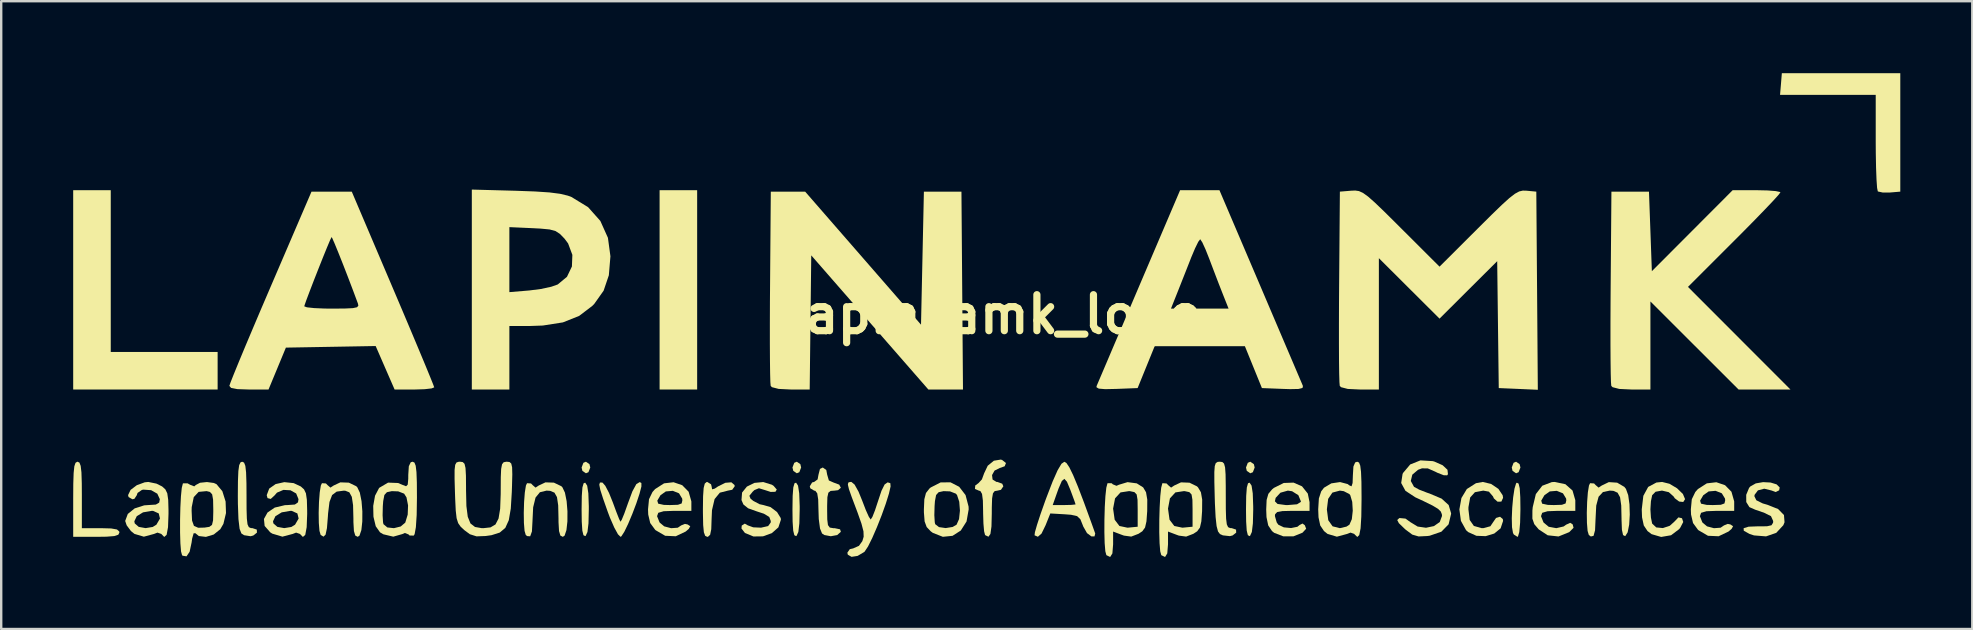
<source format=kicad_pcb>
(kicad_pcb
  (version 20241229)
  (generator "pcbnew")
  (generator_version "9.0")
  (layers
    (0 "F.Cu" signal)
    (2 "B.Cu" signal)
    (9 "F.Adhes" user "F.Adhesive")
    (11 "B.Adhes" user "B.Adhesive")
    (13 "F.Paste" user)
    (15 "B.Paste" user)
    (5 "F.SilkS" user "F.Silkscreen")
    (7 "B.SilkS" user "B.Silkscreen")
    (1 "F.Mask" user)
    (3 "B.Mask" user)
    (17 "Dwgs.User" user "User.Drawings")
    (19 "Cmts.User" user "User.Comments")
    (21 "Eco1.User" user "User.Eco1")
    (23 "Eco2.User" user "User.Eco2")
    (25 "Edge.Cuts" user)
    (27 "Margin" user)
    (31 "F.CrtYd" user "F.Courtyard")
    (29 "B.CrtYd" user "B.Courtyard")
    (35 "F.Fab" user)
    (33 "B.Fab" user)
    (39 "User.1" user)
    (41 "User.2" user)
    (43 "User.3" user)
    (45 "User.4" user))
  (footprint "Lapin_amk_logo"
    (layer "F.Cu")
    (at 38.16 10.052)
    (property "Reference" "Lapin_amk_logo" (at 0 0 0) (layer "F.SilkS") (effects (font (size 1.5 1.5) (thickness 0.3))))
    (attr board_only exclude_from_pos_files exclude_from_bom)
    (fp_poly (pts (xy -16.646 6.24) (xy -16.612 6.38) (xy -16.688 6.576) (xy -16.793 6.621) (xy -16.94 6.52) (xy -16.973 6.38) (xy -16.898 6.184) (xy -16.793 6.139)) (stroke (width 0) (type solid)) (fill yes) (layer "F.SilkS"))
    (fp_poly (pts (xy -12.158 -1.023) (xy -12.158 3.13) (xy -12.941 3.13) (xy -13.723 3.13) (xy -13.723 -1.023) (xy -13.723 -5.176) (xy -12.941 -5.176) (xy -12.158 -5.176)) (stroke (width 0) (type solid)) (fill yes) (layer "F.SilkS"))
    (fp_poly (pts (xy -7.858 6.24) (xy -7.825 6.38) (xy -7.9 6.576) (xy -8.005 6.621) (xy -8.152 6.52) (xy -8.186 6.38) (xy -8.111 6.184) (xy -8.005 6.139)) (stroke (width 0) (type solid)) (fill yes) (layer "F.SilkS"))
    (fp_poly (pts (xy 11.041 6.24) (xy 11.075 6.38) (xy 11 6.576) (xy 10.894 6.621) (xy 10.747 6.52) (xy 10.714 6.38) (xy 10.789 6.184) (xy 10.894 6.139)) (stroke (width 0) (type solid)) (fill yes) (layer "F.SilkS"))
    (fp_poly (pts (xy 22.116 6.24) (xy 22.15 6.38) (xy 22.074 6.576) (xy 21.969 6.621) (xy 21.822 6.52) (xy 21.789 6.38) (xy 21.864 6.184) (xy 21.969 6.139)) (stroke (width 0) (type solid)) (fill yes) (layer "F.SilkS"))
    (fp_poly (pts (xy -36.595 -1.806) (xy -36.595 1.565) (xy -34.368 1.565) (xy -32.141 1.565) (xy -32.141 2.347) (xy -32.141 3.13) (xy -35.151 3.13) (xy -38.16 3.13) (xy -38.16 -1.023) (xy -38.16 -5.176) (xy -37.378 -5.176) (xy -36.595 -5.176)) (stroke (width 0) (type solid)) (fill yes) (layer "F.SilkS"))
    (fp_poly (pts (xy -16.741 7.136) (xy -16.692 7.455) (xy -16.673 7.99) (xy -16.673 8.126) (xy -16.686 8.706) (xy -16.729 9.067) (xy -16.804 9.229) (xy -16.823 9.239) (xy -16.896 9.201) (xy -16.943 9.009) (xy -16.967 8.634) (xy -16.973 8.126) (xy -16.965 7.563) (xy -16.939 7.21) (xy -16.889 7.038) (xy -16.823 7.012)) (stroke (width 0) (type solid)) (fill yes) (layer "F.SilkS"))
    (fp_poly (pts (xy -7.954 7.136) (xy -7.905 7.455) (xy -7.885 7.99) (xy -7.885 8.126) (xy -7.899 8.706) (xy -7.941 9.067) (xy -8.016 9.229) (xy -8.035 9.239) (xy -8.108 9.201) (xy -8.155 9.009) (xy -8.18 8.634) (xy -8.186 8.126) (xy -8.178 7.563) (xy -8.151 7.21) (xy -8.101 7.038) (xy -8.035 7.012)) (stroke (width 0) (type solid)) (fill yes) (layer "F.SilkS"))
    (fp_poly (pts (xy 10.946 7.136) (xy 10.995 7.455) (xy 11.014 7.99) (xy 11.015 8.126) (xy 11.001 8.706) (xy 10.958 9.067) (xy 10.883 9.229) (xy 10.864 9.239) (xy 10.791 9.201) (xy 10.744 9.009) (xy 10.72 8.634) (xy 10.714 8.126) (xy 10.722 7.563) (xy 10.749 7.21) (xy 10.798 7.038) (xy 10.864 7.012)) (stroke (width 0) (type solid)) (fill yes) (layer "F.SilkS"))
    (fp_poly (pts (xy 22.073 7.05) (xy 22.12 7.243) (xy 22.144 7.62) (xy 22.15 8.116) (xy 22.137 8.681) (xy 22.102 9.071) (xy 22.047 9.257) (xy 22.026 9.269) (xy 21.876 9.174) (xy 21.84 9.108) (xy 21.799 8.867) (xy 21.79 8.494) (xy 21.808 8.057) (xy 21.847 7.624) (xy 21.902 7.264) (xy 21.968 7.046) (xy 21.999 7.012)) (stroke (width 0) (type solid)) (fill yes) (layer "F.SilkS"))
    (fp_poly (pts (xy 37.98 -7.584) (xy 37.98 -5.116) (xy 37.554 -5.08) (xy 37.247 -5.079) (xy 37.054 -5.121) (xy 37.042 -5.13) (xy 37.013 -5.274) (xy 36.989 -5.616) (xy 36.97 -6.115) (xy 36.959 -6.727) (xy 36.956 -7.183) (xy 36.956 -9.149) (xy 34.963 -9.149) (xy 32.969 -9.149) (xy 33.007 -9.6) (xy 33.044 -10.052) (xy 35.512 -10.052) (xy 37.98 -10.052)) (stroke (width 0) (type solid)) (fill yes) (layer "F.SilkS"))
    (fp_poly (pts (xy -37.9 6.176) (xy -37.848 6.312) (xy -37.816 6.585) (xy -37.802 7.031) (xy -37.799 7.524) (xy -37.799 8.908) (xy -37.017 8.908) (xy -36.578 8.92) (xy -36.334 8.963) (xy -36.24 9.048) (xy -36.234 9.089) (xy -36.279 9.181) (xy -36.444 9.237) (xy -36.771 9.263) (xy -37.197 9.269) (xy -38.16 9.269) (xy -38.16 7.704) (xy -38.156 7.053) (xy -38.141 6.606) (xy -38.112 6.329) (xy -38.063 6.185) (xy -37.991 6.14) (xy -37.98 6.139)) (stroke (width 0) (type solid)) (fill yes) (layer "F.SilkS"))
    (fp_poly (pts (xy -31.039 6.176) (xy -30.986 6.312) (xy -30.955 6.585) (xy -30.94 7.031) (xy -30.937 7.524) (xy -30.935 8.118) (xy -30.923 8.512) (xy -30.895 8.748) (xy -30.841 8.865) (xy -30.757 8.904) (xy -30.687 8.908) (xy -30.508 8.968) (xy -30.503 9.095) (xy -30.654 9.214) (xy -30.768 9.244) (xy -31.036 9.202) (xy -31.15 9.129) (xy -31.225 8.937) (xy -31.273 8.532) (xy -31.296 7.902) (xy -31.299 7.56) (xy -31.294 6.943) (xy -31.277 6.53) (xy -31.243 6.283) (xy -31.187 6.165) (xy -31.118 6.139)) (stroke (width 0) (type solid)) (fill yes) (layer "F.SilkS"))
    (fp_poly (pts (xy -5.243 -2.344) (xy -2.829 0.428) (xy -2.769 -2.344) (xy -2.709 -5.116) (xy -1.926 -5.116) (xy -1.144 -5.116) (xy -1.112 -0.993) (xy -1.08 3.13) (xy -1.802 3.13) (xy -2.523 3.13) (xy -4.963 0.335) (xy -7.403 -2.46) (xy -7.436 0.335) (xy -7.468 3.13) (xy -8.252 3.13) (xy -8.761 3.105) (xy -9.041 3.033) (xy -9.094 2.978) (xy -9.107 2.825) (xy -9.117 2.461) (xy -9.124 1.915) (xy -9.128 1.217) (xy -9.128 0.396) (xy -9.125 -0.518) (xy -9.12 -1.145) (xy -9.089 -5.116) (xy -8.373 -5.116) (xy -7.657 -5.116)) (stroke (width 0) (type solid)) (fill yes) (layer "F.SilkS"))
    (fp_poly (pts (xy -11.579 7.079) (xy -11.556 7.169) (xy -11.535 7.289) (xy -11.427 7.261) (xy -11.289 7.169) (xy -10.983 7.017) (xy -10.732 6.997) (xy -10.6 7.11) (xy -10.593 7.163) (xy -10.697 7.308) (xy -10.876 7.343) (xy -11.212 7.429) (xy -11.431 7.695) (xy -11.54 8.159) (xy -11.556 8.526) (xy -11.57 8.952) (xy -11.617 9.184) (xy -11.708 9.267) (xy -11.737 9.269) (xy -11.823 9.228) (xy -11.878 9.079) (xy -11.907 8.78) (xy -11.917 8.291) (xy -11.918 8.126) (xy -11.911 7.58) (xy -11.887 7.235) (xy -11.84 7.05) (xy -11.763 6.985) (xy -11.737 6.982)) (stroke (width 0) (type solid)) (fill yes) (layer "F.SilkS"))
    (fp_poly (pts (xy 9.728 6.152) (xy 9.799 6.217) (xy 9.842 6.376) (xy 9.863 6.669) (xy 9.87 7.138) (xy 9.871 7.524) (xy 9.873 8.118) (xy 9.885 8.512) (xy 9.914 8.748) (xy 9.967 8.865) (xy 10.052 8.904) (xy 10.122 8.908) (xy 10.3 8.968) (xy 10.305 9.095) (xy 10.156 9.211) (xy 10.042 9.24) (xy 9.752 9.208) (xy 9.63 9.154) (xy 9.548 9.046) (xy 9.488 8.819) (xy 9.447 8.439) (xy 9.418 7.869) (xy 9.41 7.588) (xy 9.395 6.979) (xy 9.394 6.569) (xy 9.412 6.321) (xy 9.456 6.193) (xy 9.532 6.146) (xy 9.62 6.139)) (stroke (width 0) (type solid)) (fill yes) (layer "F.SilkS"))
    (fp_poly (pts (xy -14.482 7.026) (xy -14.481 7.172) (xy -14.56 7.475) (xy -14.693 7.875) (xy -14.859 8.313) (xy -15.033 8.727) (xy -15.193 9.058) (xy -15.315 9.247) (xy -15.352 9.269) (xy -15.458 9.163) (xy -15.613 8.88) (xy -15.792 8.47) (xy -15.879 8.24) (xy -16.077 7.678) (xy -16.195 7.308) (xy -16.236 7.095) (xy -16.208 7.005) (xy -16.117 7.006) (xy -16.101 7.011) (xy -15.986 7.142) (xy -15.832 7.438) (xy -15.674 7.829) (xy -15.529 8.222) (xy -15.415 8.513) (xy -15.355 8.64) (xy -15.355 8.64) (xy -15.3 8.557) (xy -15.194 8.3) (xy -15.059 7.921) (xy -15.05 7.894) (xy -14.855 7.37) (xy -14.692 7.072) (xy -14.551 6.987)) (stroke (width 0) (type solid)) (fill yes) (layer "F.SilkS"))
    (fp_poly (pts (xy 20.928 7.065) (xy 21.232 7.271) (xy 21.41 7.537) (xy 21.427 7.644) (xy 21.355 7.801) (xy 21.197 7.805) (xy 21.044 7.669) (xy 21.006 7.584) (xy 20.836 7.386) (xy 20.601 7.343) (xy 20.254 7.409) (xy 20.056 7.629) (xy 19.984 8.033) (xy 19.983 8.126) (xy 20.035 8.565) (xy 20.209 8.815) (xy 20.527 8.906) (xy 20.601 8.908) (xy 20.897 8.829) (xy 21.006 8.667) (xy 21.134 8.482) (xy 21.301 8.432) (xy 21.416 8.529) (xy 21.427 8.607) (xy 21.324 8.915) (xy 21.059 9.132) (xy 20.701 9.241) (xy 20.315 9.226) (xy 19.971 9.07) (xy 19.884 8.991) (xy 19.67 8.605) (xy 19.606 8.127) (xy 19.691 7.652) (xy 19.917 7.277) (xy 20.298 7.034) (xy 20.579 6.982)) (stroke (width 0) (type solid)) (fill yes) (layer "F.SilkS"))
    (fp_poly (pts (xy 32.444 -5.166) (xy 32.79 -5.139) (xy 32.97 -5.1) (xy 32.984 -5.085) (xy 32.902 -4.977) (xy 32.674 -4.725) (xy 32.322 -4.355) (xy 31.872 -3.891) (xy 31.347 -3.359) (xy 31.058 -3.07) (xy 29.132 -1.146) (xy 31.267 0.992) (xy 33.403 3.13) (xy 32.322 3.13) (xy 31.241 3.13) (xy 29.404 1.296) (xy 27.567 -0.539) (xy 27.567 1.296) (xy 27.567 3.13) (xy 26.781 3.13) (xy 26.27 3.106) (xy 25.989 3.033) (xy 25.936 2.978) (xy 25.923 2.825) (xy 25.913 2.461) (xy 25.906 1.915) (xy 25.902 1.217) (xy 25.902 0.396) (xy 25.906 -0.518) (xy 25.91 -1.145) (xy 25.942 -5.116) (xy 26.724 -5.116) (xy 27.507 -5.116) (xy 27.567 -3.459) (xy 27.627 -1.801) (xy 29.311 -3.489) (xy 30.994 -5.176) (xy 31.989 -5.176)) (stroke (width 0) (type solid)) (fill yes) (layer "F.SilkS"))
    (fp_poly (pts (xy -18.127 7.011) (xy -17.819 7.159) (xy -17.775 7.202) (xy -17.668 7.427) (xy -17.597 7.783) (xy -17.563 8.205) (xy -17.565 8.628) (xy -17.605 8.988) (xy -17.682 9.219) (xy -17.756 9.269) (xy -17.858 9.216) (xy -17.914 9.028) (xy -17.935 8.66) (xy -17.936 8.497) (xy -17.949 7.957) (xy -17.999 7.615) (xy -18.104 7.428) (xy -18.283 7.353) (xy -18.434 7.343) (xy -18.711 7.411) (xy -18.893 7.634) (xy -18.992 8.038) (xy -19.02 8.615) (xy -19.043 9.044) (xy -19.116 9.247) (xy -19.244 9.238) (xy -19.301 9.189) (xy -19.35 9.022) (xy -19.377 8.691) (xy -19.383 8.267) (xy -19.37 7.819) (xy -19.339 7.417) (xy -19.293 7.131) (xy -19.247 7.034) (xy -19.08 7.045) (xy -19.011 7.116) (xy -18.892 7.218) (xy -18.76 7.131) (xy -18.479 6.999)) (stroke (width 0) (type solid)) (fill yes) (layer "F.SilkS"))
    (fp_poly (pts (xy -6.776 6.484) (xy -6.741 6.673) (xy -6.669 6.92) (xy -6.48 7.004) (xy -6.238 7.094) (xy -6.169 7.224) (xy -6.285 7.325) (xy -6.43 7.343) (xy -6.597 7.356) (xy -6.69 7.43) (xy -6.731 7.619) (xy -6.741 7.98) (xy -6.741 8.126) (xy -6.736 8.546) (xy -6.707 8.78) (xy -6.631 8.883) (xy -6.488 8.908) (xy -6.43 8.908) (xy -6.203 8.956) (xy -6.169 9.059) (xy -6.322 9.195) (xy -6.589 9.244) (xy -6.855 9.194) (xy -6.953 9.13) (xy -7.038 8.921) (xy -7.09 8.528) (xy -7.102 8.162) (xy -7.114 7.711) (xy -7.154 7.457) (xy -7.232 7.353) (xy -7.283 7.343) (xy -7.443 7.247) (xy -7.464 7.163) (xy -7.367 7.003) (xy -7.283 6.982) (xy -7.138 6.877) (xy -7.102 6.681) (xy -7.04 6.439) (xy -6.922 6.38)) (stroke (width 0) (type solid)) (fill yes) (layer "F.SilkS"))
    (fp_poly (pts (xy 0.551 6.066) (xy 0.711 6.194) (xy 0.658 6.328) (xy 0.451 6.402) (xy 0.236 6.508) (xy 0.131 6.696) (xy 0.153 6.881) (xy 0.314 6.98) (xy 0.353 6.982) (xy 0.555 7.055) (xy 0.602 7.163) (xy 0.502 7.31) (xy 0.361 7.343) (xy 0.241 7.363) (xy 0.169 7.456) (xy 0.133 7.669) (xy 0.121 8.052) (xy 0.12 8.306) (xy 0.107 8.836) (xy 0.063 9.149) (xy -0.018 9.264) (xy -0.144 9.205) (xy -0.161 9.189) (xy -0.2 9.037) (xy -0.228 8.712) (xy -0.241 8.279) (xy -0.241 8.226) (xy -0.251 7.756) (xy -0.286 7.482) (xy -0.356 7.361) (xy -0.421 7.343) (xy -0.581 7.273) (xy -0.569 7.13) (xy -0.435 7.031) (xy -0.292 6.876) (xy -0.198 6.62) (xy -0.049 6.306) (xy 0.207 6.097) (xy 0.494 6.05)) (stroke (width 0) (type solid)) (fill yes) (layer "F.SilkS"))
    (fp_poly (pts (xy 28.361 7.058) (xy 28.677 7.246) (xy 28.921 7.484) (xy 29.011 7.699) (xy 28.935 7.817) (xy 28.763 7.798) (xy 28.583 7.663) (xy 28.53 7.584) (xy 28.332 7.408) (xy 28.049 7.342) (xy 27.782 7.39) (xy 27.64 7.534) (xy 27.588 7.785) (xy 27.567 8.123) (xy 27.567 8.126) (xy 27.588 8.464) (xy 27.639 8.716) (xy 27.64 8.718) (xy 27.81 8.877) (xy 28.086 8.904) (xy 28.375 8.808) (xy 28.564 8.637) (xy 28.735 8.459) (xy 28.881 8.494) (xy 28.883 8.496) (xy 28.935 8.65) (xy 28.812 8.886) (xy 28.765 8.948) (xy 28.428 9.203) (xy 28.015 9.274) (xy 27.614 9.157) (xy 27.446 9.028) (xy 27.291 8.796) (xy 27.218 8.457) (xy 27.206 8.126) (xy 27.272 7.56) (xy 27.474 7.189) (xy 27.817 7.006) (xy 28.054 6.982)) (stroke (width 0) (type solid)) (fill yes) (layer "F.SilkS"))
    (fp_poly (pts (xy -26.674 7.011) (xy -26.366 7.159) (xy -26.322 7.202) (xy -26.215 7.427) (xy -26.144 7.783) (xy -26.11 8.205) (xy -26.112 8.628) (xy -26.151 8.988) (xy -26.229 9.219) (xy -26.303 9.269) (xy -26.405 9.216) (xy -26.461 9.028) (xy -26.482 8.66) (xy -26.483 8.497) (xy -26.497 7.95) (xy -26.549 7.603) (xy -26.652 7.415) (xy -26.82 7.348) (xy -26.888 7.345) (xy -27.181 7.385) (xy -27.37 7.528) (xy -27.48 7.817) (xy -27.538 8.294) (xy -27.546 8.419) (xy -27.585 8.906) (xy -27.642 9.178) (xy -27.728 9.262) (xy -27.848 9.189) (xy -27.897 9.022) (xy -27.924 8.691) (xy -27.93 8.267) (xy -27.917 7.819) (xy -27.886 7.417) (xy -27.84 7.131) (xy -27.794 7.034) (xy -27.627 7.045) (xy -27.558 7.116) (xy -27.439 7.218) (xy -27.307 7.131) (xy -27.026 6.999)) (stroke (width 0) (type solid)) (fill yes) (layer "F.SilkS"))
    (fp_poly (pts (xy 26.181 7.012) (xy 26.481 7.188) (xy 26.547 7.271) (xy 26.641 7.531) (xy 26.694 7.913) (xy 26.707 8.346) (xy 26.682 8.759) (xy 26.619 9.079) (xy 26.52 9.237) (xy 26.514 9.24) (xy 26.427 9.196) (xy 26.379 8.974) (xy 26.363 8.544) (xy 26.363 8.507) (xy 26.351 7.964) (xy 26.302 7.62) (xy 26.198 7.43) (xy 26.023 7.353) (xy 25.873 7.343) (xy 25.59 7.402) (xy 25.407 7.599) (xy 25.309 7.967) (xy 25.28 8.538) (xy 25.28 8.539) (xy 25.26 8.995) (xy 25.197 9.228) (xy 25.083 9.255) (xy 24.999 9.189) (xy 24.949 9.022) (xy 24.922 8.691) (xy 24.916 8.267) (xy 24.93 7.819) (xy 24.96 7.417) (xy 25.007 7.131) (xy 25.052 7.034) (xy 25.22 7.045) (xy 25.288 7.116) (xy 25.408 7.218) (xy 25.539 7.131) (xy 25.833 6.989)) (stroke (width 0) (type solid)) (fill yes) (layer "F.SilkS"))
    (fp_poly (pts (xy -1.238 7.184) (xy -0.973 7.529) (xy -0.847 8.008) (xy -0.843 8.126) (xy -0.932 8.63) (xy -1.171 9.006) (xy -1.515 9.227) (xy -1.919 9.268) (xy -2.337 9.104) (xy -2.424 9.039) (xy -2.593 8.861) (xy -2.679 8.627) (xy -2.699 8.37) (xy -2.274 8.37) (xy -2.256 8.662) (xy -2.238 8.742) (xy -2.08 8.864) (xy -1.802 8.904) (xy -1.512 8.858) (xy -1.348 8.764) (xy -1.244 8.529) (xy -1.207 8.175) (xy -1.236 7.807) (xy -1.328 7.528) (xy -1.377 7.47) (xy -1.62 7.375) (xy -1.889 7.365) (xy -2.093 7.409) (xy -2.2 7.525) (xy -2.249 7.781) (xy -2.264 7.99) (xy -2.274 8.37) (xy -2.699 8.37) (xy -2.708 8.257) (xy -2.709 8.126) (xy -2.691 7.705) (xy -2.623 7.443) (xy -2.479 7.258) (xy -2.424 7.212) (xy -2.009 7) (xy -1.598 6.999)) (stroke (width 0) (type solid)) (fill yes) (layer "F.SilkS"))
    (fp_poly (pts (xy 32.573 7.006) (xy 32.825 7.083) (xy 32.954 7.211) (xy 32.932 7.33) (xy 32.789 7.402) (xy 32.611 7.337) (xy 32.31 7.263) (xy 32.047 7.333) (xy 31.907 7.52) (xy 31.9 7.578) (xy 31.981 7.745) (xy 32.247 7.877) (xy 32.438 7.932) (xy 32.888 8.111) (xy 33.132 8.36) (xy 33.156 8.662) (xy 33.106 8.785) (xy 32.81 9.104) (xy 32.385 9.25) (xy 31.884 9.21) (xy 31.69 9.145) (xy 31.457 9.014) (xy 31.451 8.91) (xy 31.658 8.846) (xy 32.051 8.831) (xy 32.422 8.83) (xy 32.612 8.787) (xy 32.678 8.683) (xy 32.683 8.611) (xy 32.591 8.407) (xy 32.294 8.26) (xy 32.262 8.25) (xy 31.938 8.14) (xy 31.706 8.038) (xy 31.69 8.028) (xy 31.561 7.82) (xy 31.559 7.518) (xy 31.678 7.231) (xy 31.729 7.171) (xy 31.958 7.042) (xy 32.262 6.99)) (stroke (width 0) (type solid)) (fill yes) (layer "F.SilkS"))
    (fp_poly (pts (xy -5.598 7.091) (xy -5.433 7.386) (xy -5.279 7.764) (xy -5.129 8.154) (xy -5.003 8.434) (xy -4.927 8.547) (xy -4.926 8.547) (xy -4.856 8.441) (xy -4.747 8.166) (xy -4.633 7.819) (xy -4.477 7.351) (xy -4.346 7.088) (xy -4.22 6.999) (xy -4.108 7.033) (xy -4.097 7.169) (xy -4.167 7.473) (xy -4.298 7.891) (xy -4.47 8.372) (xy -4.664 8.863) (xy -4.86 9.314) (xy -5.037 9.671) (xy -5.178 9.884) (xy -5.196 9.901) (xy -5.472 10.064) (xy -5.724 10.103) (xy -5.879 10.014) (xy -5.899 9.931) (xy -5.798 9.784) (xy -5.655 9.751) (xy -5.415 9.644) (xy -5.274 9.448) (xy -5.219 9.264) (xy -5.227 9.041) (xy -5.31 8.721) (xy -5.477 8.248) (xy -5.517 8.142) (xy -5.713 7.622) (xy -5.831 7.287) (xy -5.877 7.095) (xy -5.86 7.008) (xy -5.787 6.983) (xy -5.729 6.982)) (stroke (width 0) (type solid)) (fill yes) (layer "F.SilkS"))
    (fp_poly (pts (xy -9.043 7.098) (xy -8.973 7.144) (xy -8.84 7.299) (xy -8.897 7.392) (xy -9.095 7.398) (xy -9.325 7.323) (xy -9.584 7.244) (xy -9.772 7.321) (xy -9.845 7.389) (xy -9.982 7.559) (xy -9.932 7.681) (xy -9.818 7.772) (xy -9.557 7.91) (xy -9.393 7.945) (xy -9.098 8.031) (xy -8.829 8.236) (xy -8.676 8.485) (xy -8.667 8.554) (xy -8.773 8.874) (xy -9.045 9.115) (xy -9.415 9.249) (xy -9.814 9.254) (xy -10.167 9.107) (xy -10.311 8.922) (xy -10.3 8.8) (xy -10.173 8.719) (xy -10.049 8.79) (xy -9.822 8.873) (xy -9.499 8.887) (xy -9.488 8.886) (xy -9.2 8.821) (xy -9.094 8.675) (xy -9.089 8.611) (xy -9.153 8.441) (xy -9.376 8.306) (xy -9.66 8.213) (xy -10.033 8.08) (xy -10.231 7.92) (xy -10.31 7.737) (xy -10.286 7.424) (xy -10.086 7.176) (xy -9.771 7.021) (xy -9.403 6.986)) (stroke (width 0) (type solid)) (fill yes) (layer "F.SilkS"))
    (fp_poly (pts (xy 15.422 -5.139) (xy 15.589 -5.063) (xy 15.799 -4.912) (xy 16.08 -4.664) (xy 16.463 -4.297) (xy 16.977 -3.788) (xy 17.174 -3.591) (xy 18.779 -1.99) (xy 20.385 -3.592) (xy 20.95 -4.153) (xy 21.376 -4.565) (xy 21.69 -4.85) (xy 21.921 -5.028) (xy 22.098 -5.124) (xy 22.25 -5.159) (xy 22.401 -5.155) (xy 22.812 -5.116) (xy 22.844 -0.988) (xy 22.875 3.141) (xy 22.061 3.105) (xy 21.247 3.07) (xy 21.214 0.426) (xy 21.182 -2.218) (xy 19.98 -1.021) (xy 18.779 0.176) (xy 17.515 -1.083) (xy 16.251 -2.343) (xy 16.251 0.393) (xy 16.251 3.13) (xy 15.465 3.13) (xy 14.955 3.106) (xy 14.674 3.033) (xy 14.621 2.978) (xy 14.608 2.825) (xy 14.597 2.461) (xy 14.59 1.915) (xy 14.587 1.217) (xy 14.587 0.396) (xy 14.59 -0.518) (xy 14.594 -1.145) (xy 14.626 -5.116) (xy 15.097 -5.155) (xy 15.268 -5.162)) (stroke (width 0) (type solid)) (fill yes) (layer "F.SilkS"))
    (fp_poly (pts (xy -19.712 -5.152) (xy -18.912 -5.123) (xy -18.312 -5.083) (xy -17.87 -5.026) (xy -17.547 -4.949) (xy -17.395 -4.892) (xy -16.703 -4.469) (xy -16.192 -3.895) (xy -15.876 -3.192) (xy -15.772 -2.422) (xy -15.838 -1.631) (xy -16.056 -0.988) (xy -16.444 -0.44) (xy -16.527 -0.355) (xy -17.076 0.063) (xy -17.753 0.333) (xy -18.59 0.464) (xy -19.102 0.482) (xy -19.983 0.482) (xy -19.983 1.806) (xy -19.983 3.13) (xy -20.765 3.13) (xy -21.548 3.13) (xy -21.548 -1.036) (xy -21.548 -2.282) (xy -19.983 -2.282) (xy -19.983 -0.928) (xy -19.149 -0.998) (xy -18.668 -1.06) (xy -18.236 -1.153) (xy -17.969 -1.247) (xy -17.583 -1.567) (xy -17.377 -1.997) (xy -17.358 -2.481) (xy -17.536 -2.957) (xy -17.685 -3.157) (xy -17.875 -3.353) (xy -18.059 -3.473) (xy -18.306 -3.54) (xy -18.684 -3.576) (xy -19.009 -3.593) (xy -19.983 -3.637) (xy -19.983 -2.282) (xy -21.548 -2.282) (xy -21.548 -5.202)) (stroke (width 0) (type solid)) (fill yes) (layer "F.SilkS"))
    (fp_poly (pts (xy 3.233 6.195) (xy 3.352 6.373) (xy 3.509 6.694) (xy 3.71 7.177) (xy 3.964 7.842) (xy 4.28 8.709) (xy 4.431 9.131) (xy 4.401 9.251) (xy 4.272 9.251) (xy 4.088 9.114) (xy 3.928 8.831) (xy 3.913 8.788) (xy 3.811 8.536) (xy 3.675 8.406) (xy 3.425 8.35) (xy 3.165 8.33) (xy 2.559 8.295) (xy 2.364 8.782) (xy 2.193 9.134) (xy 2.041 9.266) (xy 1.902 9.205) (xy 1.918 9.075) (xy 2.007 8.764) (xy 2.154 8.315) (xy 2.285 7.945) (xy 2.659 7.945) (xy 3.135 7.945) (xy 3.435 7.938) (xy 3.6 7.921) (xy 3.611 7.915) (xy 3.572 7.795) (xy 3.472 7.522) (xy 3.388 7.297) (xy 3.252 6.973) (xy 3.145 6.852) (xy 3.039 6.942) (xy 2.905 7.251) (xy 2.831 7.457) (xy 2.659 7.945) (xy 2.285 7.945) (xy 2.346 7.772) (xy 2.394 7.642) (xy 2.657 6.96) (xy 2.864 6.494) (xy 3.023 6.226) (xy 3.142 6.141)) (stroke (width 0) (type solid)) (fill yes) (layer "F.SilkS"))
    (fp_poly (pts (xy 24.024 7.077) (xy 24.321 7.34) (xy 24.437 7.742) (xy 24.437 7.771) (xy 24.437 8.186) (xy 23.715 8.186) (xy 23.282 8.202) (xy 23.057 8.268) (xy 23.008 8.409) (xy 23.105 8.652) (xy 23.117 8.675) (xy 23.329 8.85) (xy 23.645 8.908) (xy 23.951 8.837) (xy 24.052 8.764) (xy 24.225 8.685) (xy 24.327 8.75) (xy 24.364 8.893) (xy 24.188 9.069) (xy 24.18 9.075) (xy 23.737 9.254) (xy 23.288 9.205) (xy 22.912 8.959) (xy 22.727 8.74) (xy 22.648 8.512) (xy 22.649 8.177) (xy 22.662 8.034) (xy 22.727 7.762) (xy 23.017 7.762) (xy 23.055 7.887) (xy 23.289 7.938) (xy 23.542 7.945) (xy 23.878 7.934) (xy 24.032 7.878) (xy 24.062 7.749) (xy 24.054 7.674) (xy 23.922 7.456) (xy 23.664 7.352) (xy 23.373 7.377) (xy 23.149 7.536) (xy 23.017 7.762) (xy 22.727 7.762) (xy 22.792 7.489) (xy 23.06 7.14) (xy 23.46 6.988) (xy 23.581 6.982)) (stroke (width 0) (type solid)) (fill yes) (layer "F.SilkS"))
    (fp_poly (pts (xy -12.78 7.118) (xy -12.513 7.39) (xy -12.4 7.788) (xy -12.399 7.825) (xy -12.399 8.186) (xy -13.121 8.186) (xy -13.554 8.202) (xy -13.779 8.268) (xy -13.828 8.409) (xy -13.731 8.652) (xy -13.719 8.675) (xy -13.53 8.833) (xy -13.242 8.909) (xy -12.965 8.889) (xy -12.824 8.793) (xy -12.668 8.731) (xy -12.557 8.753) (xy -12.445 8.827) (xy -12.508 8.939) (xy -12.635 9.048) (xy -13.049 9.245) (xy -13.491 9.225) (xy -13.89 8.992) (xy -13.909 8.974) (xy -14.114 8.694) (xy -14.197 8.34) (xy -14.205 8.126) (xy -14.17 7.762) (xy -13.819 7.762) (xy -13.781 7.887) (xy -13.547 7.938) (xy -13.294 7.945) (xy -12.958 7.934) (xy -12.804 7.878) (xy -12.774 7.749) (xy -12.782 7.674) (xy -12.914 7.456) (xy -13.172 7.352) (xy -13.463 7.377) (xy -13.687 7.536) (xy -13.819 7.762) (xy -14.17 7.762) (xy -14.165 7.702) (xy -14.02 7.402) (xy -13.909 7.277) (xy -13.537 7.04) (xy -13.141 6.994)) (stroke (width 0) (type solid)) (fill yes) (layer "F.SilkS"))
    (fp_poly (pts (xy 13.048 7.164) (xy 13.288 7.465) (xy 13.362 7.825) (xy 13.362 8.186) (xy 12.64 8.186) (xy 12.233 8.196) (xy 12.013 8.237) (xy 11.927 8.326) (xy 11.918 8.402) (xy 11.994 8.669) (xy 12.062 8.764) (xy 12.289 8.874) (xy 12.592 8.903) (xy 12.856 8.85) (xy 12.947 8.777) (xy 13.069 8.715) (xy 13.165 8.785) (xy 13.221 8.932) (xy 13.068 9.097) (xy 12.695 9.247) (xy 12.264 9.247) (xy 11.887 9.102) (xy 11.797 9.028) (xy 11.64 8.793) (xy 11.568 8.448) (xy 11.556 8.134) (xy 11.571 7.789) (xy 11.918 7.789) (xy 12.029 7.899) (xy 12.366 7.944) (xy 12.459 7.945) (xy 12.841 7.913) (xy 12.997 7.816) (xy 13.001 7.789) (xy 12.895 7.533) (xy 12.634 7.369) (xy 12.459 7.343) (xy 12.149 7.43) (xy 11.95 7.645) (xy 11.918 7.789) (xy 11.571 7.789) (xy 11.574 7.729) (xy 11.646 7.477) (xy 11.803 7.29) (xy 11.874 7.231) (xy 12.285 7.025) (xy 12.695 7.01)) (stroke (width 0) (type solid)) (fill yes) (layer "F.SilkS"))
    (fp_poly (pts (xy 30.677 7.118) (xy 30.944 7.39) (xy 31.057 7.788) (xy 31.058 7.825) (xy 31.058 8.186) (xy 30.336 8.186) (xy 29.903 8.202) (xy 29.678 8.268) (xy 29.629 8.409) (xy 29.725 8.652) (xy 29.738 8.675) (xy 29.927 8.833) (xy 30.215 8.909) (xy 30.492 8.889) (xy 30.633 8.793) (xy 30.789 8.731) (xy 30.9 8.753) (xy 31.012 8.827) (xy 30.949 8.939) (xy 30.822 9.048) (xy 30.408 9.245) (xy 29.966 9.225) (xy 29.567 8.992) (xy 29.548 8.974) (xy 29.343 8.694) (xy 29.26 8.34) (xy 29.252 8.126) (xy 29.286 7.762) (xy 29.637 7.762) (xy 29.676 7.887) (xy 29.91 7.938) (xy 30.163 7.945) (xy 30.499 7.934) (xy 30.652 7.878) (xy 30.683 7.749) (xy 30.675 7.674) (xy 30.543 7.456) (xy 30.284 7.352) (xy 29.994 7.377) (xy 29.77 7.536) (xy 29.637 7.762) (xy 29.286 7.762) (xy 29.292 7.702) (xy 29.437 7.402) (xy 29.548 7.277) (xy 29.919 7.04) (xy 30.316 6.994)) (stroke (width 0) (type solid)) (fill yes) (layer "F.SilkS"))
    (fp_poly (pts (xy 15.424 6.174) (xy 15.475 6.303) (xy 15.507 6.56) (xy 15.524 6.982) (xy 15.529 7.605) (xy 15.529 7.704) (xy 15.519 8.423) (xy 15.489 8.915) (xy 15.434 9.194) (xy 15.353 9.275) (xy 15.242 9.171) (xy 15.228 9.148) (xy 15.068 9.093) (xy 14.928 9.148) (xy 14.501 9.263) (xy 14.111 9.147) (xy 13.964 9.028) (xy 13.808 8.796) (xy 13.736 8.457) (xy 13.723 8.126) (xy 14.084 8.126) (xy 14.142 8.576) (xy 14.322 8.831) (xy 14.626 8.908) (xy 14.902 8.843) (xy 15.023 8.764) (xy 15.124 8.534) (xy 15.163 8.181) (xy 15.141 7.812) (xy 15.059 7.535) (xy 15.023 7.488) (xy 14.789 7.367) (xy 14.626 7.343) (xy 14.314 7.426) (xy 14.138 7.687) (xy 14.084 8.126) (xy 13.723 8.126) (xy 13.751 7.67) (xy 13.848 7.373) (xy 13.964 7.223) (xy 14.27 7.041) (xy 14.634 6.987) (xy 14.95 7.07) (xy 15.023 7.126) (xy 15.112 7.164) (xy 15.156 7.026) (xy 15.168 6.705) (xy 15.19 6.339) (xy 15.264 6.168) (xy 15.348 6.139)) (stroke (width 0) (type solid)) (fill yes) (layer "F.SilkS"))
    (fp_poly (pts (xy -28.972 7.031) (xy -28.677 7.169) (xy -28.541 7.29) (xy -28.461 7.457) (xy -28.422 7.729) (xy -28.41 8.166) (xy -28.409 8.313) (xy -28.43 8.866) (xy -28.489 9.187) (xy -28.588 9.274) (xy -28.711 9.148) (xy -28.871 9.093) (xy -29.011 9.148) (xy -29.441 9.262) (xy -29.863 9.136) (xy -29.948 9.082) (xy -30.182 8.815) (xy -30.201 8.622) (xy -29.833 8.622) (xy -29.817 8.71) (xy -29.65 8.855) (xy -29.365 8.906) (xy -29.069 8.858) (xy -28.915 8.764) (xy -28.765 8.506) (xy -28.818 8.293) (xy -29.053 8.188) (xy -29.109 8.186) (xy -29.471 8.249) (xy -29.732 8.408) (xy -29.833 8.622) (xy -30.201 8.622) (xy -30.211 8.525) (xy -30.062 8.256) (xy -29.761 8.05) (xy -29.336 7.949) (xy -29.225 7.945) (xy -28.922 7.923) (xy -28.792 7.832) (xy -28.771 7.7) (xy -28.868 7.462) (xy -29.105 7.329) (xy -29.399 7.313) (xy -29.667 7.427) (xy -29.77 7.545) (xy -29.928 7.69) (xy -30.061 7.656) (xy -30.095 7.532) (xy -29.991 7.258) (xy -29.724 7.071) (xy -29.362 6.99)) (stroke (width 0) (type solid)) (fill yes) (layer "F.SilkS"))
    (fp_poly (pts (xy -19.977 6.151) (xy -19.906 6.214) (xy -19.869 6.371) (xy -19.861 6.665) (xy -19.873 7.14) (xy -19.882 7.403) (xy -19.924 8.09) (xy -20.007 8.576) (xy -20.153 8.897) (xy -20.385 9.092) (xy -20.725 9.2) (xy -20.971 9.235) (xy -21.353 9.249) (xy -21.629 9.161) (xy -21.857 8.992) (xy -22.014 8.846) (xy -22.118 8.697) (xy -22.182 8.492) (xy -22.218 8.178) (xy -22.241 7.7) (xy -22.251 7.414) (xy -22.267 6.848) (xy -22.266 6.481) (xy -22.241 6.269) (xy -22.186 6.17) (xy -22.092 6.141) (xy -22.04 6.139) (xy -21.926 6.154) (xy -21.852 6.226) (xy -21.811 6.401) (xy -21.793 6.721) (xy -21.789 7.231) (xy -21.789 7.335) (xy -21.774 7.986) (xy -21.717 8.433) (xy -21.604 8.712) (xy -21.416 8.858) (xy -21.139 8.907) (xy -21.066 8.908) (xy -20.768 8.875) (xy -20.562 8.753) (xy -20.434 8.505) (xy -20.367 8.097) (xy -20.345 7.492) (xy -20.344 7.335) (xy -20.341 6.79) (xy -20.326 6.442) (xy -20.289 6.247) (xy -20.222 6.161) (xy -20.114 6.14) (xy -20.09 6.139)) (stroke (width 0) (type solid)) (fill yes) (layer "F.SilkS"))
    (fp_poly (pts (xy 6.162 7.041) (xy 6.428 7.209) (xy 6.548 7.412) (xy 6.6 7.717) (xy 6.597 8.191) (xy 6.597 8.198) (xy 6.566 8.625) (xy 6.507 8.882) (xy 6.393 9.038) (xy 6.234 9.143) (xy 5.932 9.259) (xy 5.628 9.218) (xy 5.542 9.187) (xy 5.176 9.049) (xy 5.176 9.581) (xy 5.146 9.96) (xy 5.053 10.109) (xy 4.896 10.033) (xy 4.895 10.032) (xy 4.852 9.871) (xy 4.824 9.533) (xy 4.812 9.076) (xy 4.814 8.558) (xy 4.827 8.096) (xy 5.176 8.096) (xy 5.241 8.556) (xy 5.439 8.817) (xy 5.775 8.888) (xy 5.816 8.885) (xy 6.2 8.848) (xy 6.2 8.126) (xy 6.194 7.725) (xy 6.158 7.505) (xy 6.065 7.406) (xy 5.886 7.368) (xy 5.844 7.363) (xy 5.485 7.418) (xy 5.257 7.666) (xy 5.176 8.091) (xy 5.176 8.096) (xy 4.827 8.096) (xy 4.828 8.037) (xy 4.855 7.572) (xy 4.893 7.221) (xy 4.94 7.043) (xy 4.949 7.034) (xy 5.12 7.036) (xy 5.163 7.081) (xy 5.318 7.143) (xy 5.42 7.098) (xy 5.778 6.99)) (stroke (width 0) (type solid)) (fill yes) (layer "F.SilkS"))
    (fp_poly (pts (xy 8.358 7.013) (xy 8.669 7.164) (xy 8.715 7.209) (xy 8.835 7.412) (xy 8.888 7.717) (xy 8.884 8.191) (xy 8.884 8.198) (xy 8.853 8.625) (xy 8.794 8.882) (xy 8.68 9.038) (xy 8.521 9.143) (xy 8.219 9.259) (xy 7.915 9.218) (xy 7.829 9.187) (xy 7.464 9.049) (xy 7.464 9.581) (xy 7.433 9.96) (xy 7.341 10.109) (xy 7.184 10.033) (xy 7.183 10.032) (xy 7.139 9.871) (xy 7.112 9.533) (xy 7.099 9.076) (xy 7.101 8.558) (xy 7.114 8.096) (xy 7.464 8.096) (xy 7.528 8.556) (xy 7.726 8.817) (xy 8.062 8.888) (xy 8.103 8.885) (xy 8.487 8.848) (xy 8.487 8.126) (xy 8.481 7.725) (xy 8.445 7.505) (xy 8.352 7.406) (xy 8.173 7.368) (xy 8.132 7.363) (xy 7.772 7.418) (xy 7.544 7.666) (xy 7.464 8.091) (xy 7.464 8.096) (xy 7.114 8.096) (xy 7.116 8.037) (xy 7.142 7.572) (xy 7.18 7.221) (xy 7.227 7.043) (xy 7.236 7.034) (xy 7.404 7.045) (xy 7.472 7.116) (xy 7.592 7.218) (xy 7.723 7.131) (xy 8.005 6.999)) (stroke (width 0) (type solid)) (fill yes) (layer "F.SilkS"))
    (fp_poly (pts (xy -32.299 7.025) (xy -32.189 7.074) (xy -31.944 7.368) (xy -31.809 7.797) (xy -31.792 8.278) (xy -31.9 8.728) (xy -32.03 8.952) (xy -32.302 9.172) (xy -32.629 9.271) (xy -32.924 9.236) (xy -33.067 9.119) (xy -33.14 9.12) (xy -33.203 9.341) (xy -33.225 9.501) (xy -33.307 9.89) (xy -33.437 10.082) (xy -33.599 10.056) (xy -33.623 10.034) (xy -33.666 9.876) (xy -33.693 9.539) (xy -33.706 9.084) (xy -33.706 8.566) (xy -33.697 8.18) (xy -33.225 8.18) (xy -33.207 8.591) (xy -33.128 8.812) (xy -32.951 8.891) (xy -32.687 8.884) (xy -32.485 8.853) (xy -32.376 8.773) (xy -32.331 8.584) (xy -32.322 8.226) (xy -32.322 8.126) (xy -32.33 7.722) (xy -32.369 7.499) (xy -32.461 7.399) (xy -32.599 7.364) (xy -32.932 7.396) (xy -33.136 7.615) (xy -33.221 8.034) (xy -33.225 8.18) (xy -33.697 8.18) (xy -33.694 8.046) (xy -33.67 7.581) (xy -33.635 7.229) (xy -33.59 7.049) (xy -33.581 7.039) (xy -33.393 7.039) (xy -33.29 7.098) (xy -33.115 7.167) (xy -33.048 7.108) (xy -32.875 7.016) (xy -32.586 6.986)) (stroke (width 0) (type solid)) (fill yes) (layer "F.SilkS"))
    (fp_poly (pts (xy -34.69 7.052) (xy -34.455 7.169) (xy -34.32 7.29) (xy -34.239 7.457) (xy -34.2 7.729) (xy -34.188 8.166) (xy -34.188 8.313) (xy -34.208 8.866) (xy -34.267 9.187) (xy -34.366 9.274) (xy -34.489 9.148) (xy -34.649 9.093) (xy -34.789 9.148) (xy -35.215 9.263) (xy -35.606 9.147) (xy -35.753 9.028) (xy -35.931 8.79) (xy -35.988 8.622) (xy -35.612 8.622) (xy -35.595 8.71) (xy -35.428 8.855) (xy -35.143 8.906) (xy -34.847 8.858) (xy -34.693 8.764) (xy -34.543 8.506) (xy -34.596 8.293) (xy -34.831 8.188) (xy -34.887 8.186) (xy -35.249 8.249) (xy -35.51 8.408) (xy -35.612 8.622) (xy -35.988 8.622) (xy -35.993 8.607) (xy -35.884 8.315) (xy -35.598 8.084) (xy -35.2 7.957) (xy -35.03 7.945) (xy -34.716 7.925) (xy -34.577 7.844) (xy -34.549 7.7) (xy -34.654 7.472) (xy -34.911 7.325) (xy -35.237 7.302) (xy -35.297 7.315) (xy -35.478 7.44) (xy -35.512 7.538) (xy -35.609 7.685) (xy -35.692 7.704) (xy -35.852 7.611) (xy -35.873 7.531) (xy -35.768 7.313) (xy -35.508 7.117) (xy -35.179 6.997) (xy -35.03 6.982)) (stroke (width 0) (type solid)) (fill yes) (layer "F.SilkS"))
    (fp_poly (pts (xy -23.939 6.175) (xy -23.887 6.306) (xy -23.855 6.569) (xy -23.839 6.999) (xy -23.835 7.634) (xy -23.835 7.637) (xy -23.846 8.356) (xy -23.879 8.866) (xy -23.931 9.156) (xy -23.969 9.217) (xy -24.14 9.215) (xy -24.183 9.171) (xy -24.338 9.108) (xy -24.44 9.153) (xy -24.821 9.262) (xy -25.236 9.163) (xy -25.373 9.082) (xy -25.552 8.828) (xy -25.647 8.433) (xy -25.649 8.37) (xy -25.266 8.37) (xy -25.248 8.662) (xy -25.23 8.742) (xy -25.068 8.878) (xy -24.794 8.908) (xy -24.512 8.838) (xy -24.321 8.676) (xy -24.321 8.675) (xy -24.22 8.343) (xy -24.205 7.959) (xy -24.271 7.624) (xy -24.369 7.47) (xy -24.613 7.375) (xy -24.881 7.365) (xy -25.086 7.409) (xy -25.192 7.525) (xy -25.241 7.781) (xy -25.257 7.99) (xy -25.266 8.37) (xy -25.649 8.37) (xy -25.657 7.98) (xy -25.581 7.555) (xy -25.416 7.24) (xy -25.4 7.223) (xy -25.037 7.01) (xy -24.621 7.026) (xy -24.429 7.107) (xy -24.287 7.161) (xy -24.218 7.092) (xy -24.197 6.85) (xy -24.196 6.685) (xy -24.173 6.327) (xy -24.094 6.162) (xy -24.016 6.139)) (stroke (width 0) (type solid)) (fill yes) (layer "F.SilkS"))
    (fp_poly (pts (xy 18.495 6.114) (xy 18.561 6.132) (xy 18.907 6.285) (xy 19.11 6.475) (xy 19.13 6.658) (xy 19.096 6.706) (xy 18.953 6.702) (xy 18.691 6.6) (xy 18.607 6.557) (xy 18.291 6.418) (xy 18.047 6.415) (xy 17.884 6.475) (xy 17.644 6.679) (xy 17.581 6.942) (xy 17.714 7.183) (xy 17.726 7.192) (xy 17.932 7.303) (xy 18.259 7.43) (xy 18.358 7.463) (xy 18.867 7.678) (xy 19.16 7.945) (xy 19.26 8.285) (xy 19.261 8.311) (xy 19.157 8.747) (xy 18.856 9.055) (xy 18.371 9.222) (xy 18.28 9.235) (xy 17.907 9.253) (xy 17.642 9.176) (xy 17.36 8.965) (xy 17.322 8.93) (xy 17.084 8.7) (xy 17.016 8.569) (xy 17.097 8.493) (xy 17.115 8.486) (xy 17.362 8.51) (xy 17.566 8.658) (xy 17.867 8.841) (xy 18.215 8.891) (xy 18.544 8.822) (xy 18.788 8.653) (xy 18.882 8.4) (xy 18.875 8.326) (xy 18.83 8.213) (xy 18.715 8.102) (xy 18.489 7.966) (xy 18.109 7.779) (xy 17.766 7.62) (xy 17.358 7.351) (xy 17.181 7.026) (xy 17.238 6.652) (xy 17.258 6.608) (xy 17.557 6.253) (xy 17.984 6.083)) (stroke (width 0) (type solid)) (fill yes) (layer "F.SilkS"))
    (fp_poly (pts (xy 11.315 -1.174) (xy 11.709 -0.249) (xy 12.075 0.609) (xy 12.401 1.374) (xy 12.677 2.02) (xy 12.89 2.521) (xy 13.031 2.852) (xy 13.087 2.985) (xy 13.068 3.066) (xy 12.902 3.107) (xy 12.554 3.114) (xy 12.264 3.105) (xy 11.377 3.07) (xy 11.022 2.197) (xy 10.667 1.324) (xy 8.788 1.324) (xy 6.908 1.324) (xy 6.553 2.197) (xy 6.198 3.07) (xy 5.311 3.105) (xy 4.844 3.115) (xy 4.58 3.093) (xy 4.483 3.036) (xy 4.488 2.985) (xy 4.549 2.842) (xy 4.693 2.503) (xy 4.91 1.994) (xy 5.187 1.342) (xy 5.516 0.573) (xy 5.862 -0.241) (xy 7.587 -0.241) (xy 8.788 -0.241) (xy 9.988 -0.241) (xy 9.737 -0.873) (xy 9.558 -1.331) (xy 9.347 -1.883) (xy 9.183 -2.317) (xy 9.025 -2.714) (xy 8.892 -3.003) (xy 8.808 -3.129) (xy 8.803 -3.13) (xy 8.725 -3.026) (xy 8.591 -2.753) (xy 8.428 -2.367) (xy 8.409 -2.317) (xy 8.203 -1.793) (xy 7.988 -1.249) (xy 7.839 -0.873) (xy 7.587 -0.241) (xy 5.862 -0.241) (xy 5.883 -0.289) (xy 6.26 -1.174) (xy 7.968 -5.176) (xy 8.788 -5.176) (xy 9.607 -5.176)) (stroke (width 0) (type solid)) (fill yes) (layer "F.SilkS"))
    (fp_poly (pts (xy -24.834 -1.083) (xy -24.441 -0.159) (xy -24.08 0.696) (xy -23.761 1.456) (xy -23.494 2.096) (xy -23.291 2.59) (xy -23.161 2.913) (xy -23.115 3.04) (xy -23.224 3.084) (xy -23.512 3.117) (xy -23.919 3.13) (xy -23.939 3.13) (xy -24.766 3.13) (xy -25.161 2.224) (xy -25.555 1.318) (xy -27.426 1.351) (xy -29.296 1.384) (xy -29.658 2.257) (xy -30.02 3.13) (xy -30.84 3.13) (xy -31.317 3.114) (xy -31.58 3.063) (xy -31.652 2.979) (xy -31.604 2.837) (xy -31.471 2.501) (xy -31.264 1.994) (xy -30.994 1.345) (xy -30.671 0.579) (xy -30.307 -0.279) (xy -30.282 -0.336) (xy -28.53 -0.336) (xy -28.418 -0.295) (xy -28.118 -0.263) (xy -27.681 -0.244) (xy -27.373 -0.241) (xy -26.84 -0.245) (xy -26.506 -0.261) (xy -26.332 -0.298) (xy -26.277 -0.364) (xy -26.294 -0.451) (xy -26.494 -0.989) (xy -26.709 -1.553) (xy -26.92 -2.097) (xy -27.112 -2.579) (xy -27.266 -2.954) (xy -27.365 -3.179) (xy -27.392 -3.223) (xy -27.454 -3.096) (xy -27.58 -2.797) (xy -27.75 -2.379) (xy -27.942 -1.896) (xy -28.137 -1.4) (xy -28.312 -0.945) (xy -28.448 -0.584) (xy -28.522 -0.37) (xy -28.53 -0.336) (xy -30.282 -0.336) (xy -29.936 -1.144) (xy -28.229 -5.116) (xy -27.39 -5.116) (xy -26.551 -5.116)) (stroke (width 0) (type solid)) (fill yes) (layer "F.SilkS")))
  (gr_rect
    (start -3 -3)
    (end 79.14 23.161)
    (stroke (width 0.1) (type default))
    (fill no)
    (layer "Edge.Cuts")))
</source>
